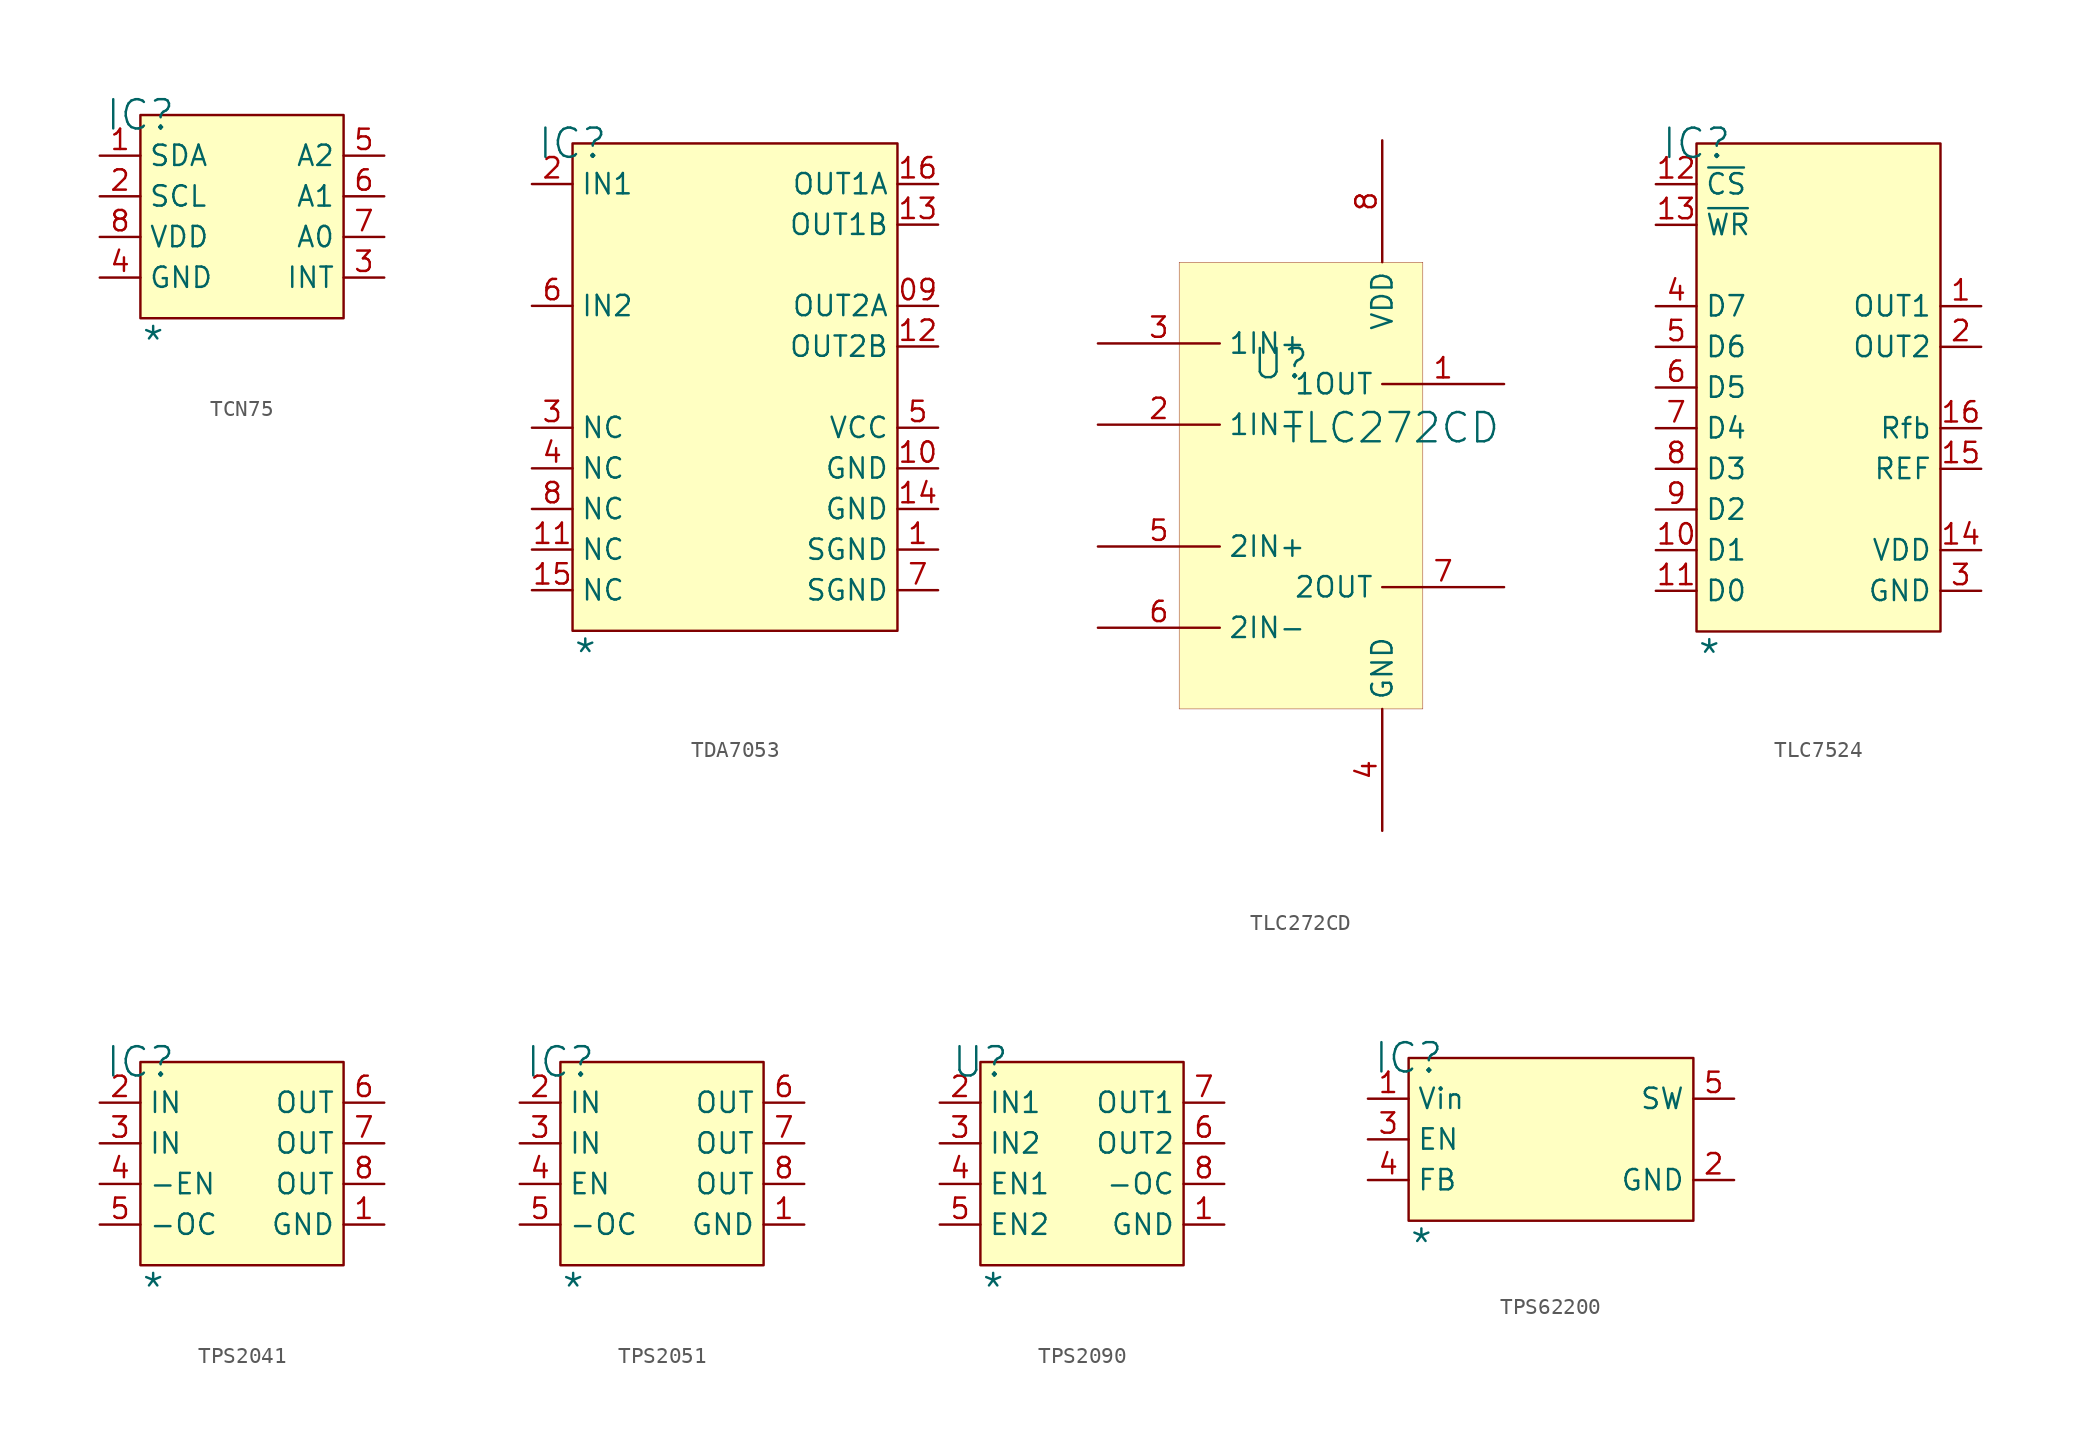
<source format=kicad_sym>
(kicad_symbol_lib
  (version 20241209)
  (generator "kicad_symbol_editor")
  (generator_version "9.0")
  (symbol "TCN75"
    (property "Reference" "IC"
      (at 0 0 0)
      (effects (font (size 1.829 1.829))))
    (property "Value" "*"
      (at 0 -15.24 0)
      (effects (font (size 1.829 1.829)) (justify left bottom)))
    (symbol "TCN75_1_0"
      (rectangle (start 12.7 0) (end 0 -12.7) (stroke (width 0) (type solid) (color 128 0 0 1)) (fill (type background)))
      (pin passive line (at -2.54 -2.54 0) (length 2.54) (name "SDA" (effects (font (size 1.27 1.27)))) (number "1" (effects (font (size 1.27 1.27)))))
      (pin passive line (at -2.54 -5.08 0) (length 2.54) (name "SCL" (effects (font (size 1.27 1.27)))) (number "2" (effects (font (size 1.27 1.27)))))
      (pin passive line (at -2.54 -7.62 0) (length 2.54) (name "VDD" (effects (font (size 1.27 1.27)))) (number "8" (effects (font (size 1.27 1.27)))))
      (pin passive line (at -2.54 -10.16 0) (length 2.54) (name "GND" (effects (font (size 1.27 1.27)))) (number "4" (effects (font (size 1.27 1.27)))))
      (pin passive line (at 15.24 -2.54 180) (length 2.54) (name "A2" (effects (font (size 1.27 1.27)))) (number "5" (effects (font (size 1.27 1.27)))))
      (pin passive line (at 15.24 -5.08 180) (length 2.54) (name "A1" (effects (font (size 1.27 1.27)))) (number "6" (effects (font (size 1.27 1.27)))))
      (pin passive line (at 15.24 -7.62 180) (length 2.54) (name "A0" (effects (font (size 1.27 1.27)))) (number "7" (effects (font (size 1.27 1.27)))))
      (pin passive line (at 15.24 -10.16 180) (length 2.54) (name "INT" (effects (font (size 1.27 1.27)))) (number "3" (effects (font (size 1.27 1.27)))))))
  (symbol "TDA7053"
    (property "Reference" "IC"
      (at 0 0 0)
      (effects (font (size 1.829 1.829))))
    (property "Value" "*"
      (at 0 -33.02 0)
      (effects (font (size 1.829 1.829)) (justify left bottom)))
    (symbol "TDA7053_1_0"
      (rectangle (start 20.32 0) (end 0 -30.48) (stroke (width 0) (type solid) (color 128 0 0 1)) (fill (type background)))
      (pin passive line (at -2.54 -2.54 0) (length 2.54) (name "IN1" (effects (font (size 1.27 1.27)))) (number "2" (effects (font (size 1.27 1.27)))))
      (pin passive line (at -2.54 -10.16 0) (length 2.54) (name "IN2" (effects (font (size 1.27 1.27)))) (number "6" (effects (font (size 1.27 1.27)))))
      (pin passive line (at -2.54 -17.78 0) (length 2.54) (name "NC" (effects (font (size 1.27 1.27)))) (number "3" (effects (font (size 1.27 1.27)))))
      (pin passive line (at -2.54 -20.32 0) (length 2.54) (name "NC" (effects (font (size 1.27 1.27)))) (number "4" (effects (font (size 1.27 1.27)))))
      (pin passive line (at -2.54 -22.86 0) (length 2.54) (name "NC" (effects (font (size 1.27 1.27)))) (number "8" (effects (font (size 1.27 1.27)))))
      (pin passive line (at -2.54 -25.4 0) (length 2.54) (name "NC" (effects (font (size 1.27 1.27)))) (number "11" (effects (font (size 1.27 1.27)))))
      (pin passive line (at -2.54 -27.94 0) (length 2.54) (name "NC" (effects (font (size 1.27 1.27)))) (number "15" (effects (font (size 1.27 1.27)))))
      (pin passive line (at 22.86 -2.54 180) (length 2.54) (name "OUT1A" (effects (font (size 1.27 1.27)))) (number "16" (effects (font (size 1.27 1.27)))))
      (pin passive line (at 22.86 -5.08 180) (length 2.54) (name "OUT1B" (effects (font (size 1.27 1.27)))) (number "13" (effects (font (size 1.27 1.27)))))
      (pin passive line (at 22.86 -10.16 180) (length 2.54) (name "OUT2A" (effects (font (size 1.27 1.27)))) (number "09" (effects (font (size 1.27 1.27)))))
      (pin passive line (at 22.86 -12.7 180) (length 2.54) (name "OUT2B" (effects (font (size 1.27 1.27)))) (number "12" (effects (font (size 1.27 1.27)))))
      (pin passive line (at 22.86 -17.78 180) (length 2.54) (name "VCC" (effects (font (size 1.27 1.27)))) (number "5" (effects (font (size 1.27 1.27)))))
      (pin passive line (at 22.86 -20.32 180) (length 2.54) (name "GND" (effects (font (size 1.27 1.27)))) (number "10" (effects (font (size 1.27 1.27)))))
      (pin passive line (at 22.86 -22.86 180) (length 2.54) (name "GND" (effects (font (size 1.27 1.27)))) (number "14" (effects (font (size 1.27 1.27)))))
      (pin passive line (at 22.86 -25.4 180) (length 2.54) (name "SGND" (effects (font (size 1.27 1.27)))) (number "1" (effects (font (size 1.27 1.27)))))
      (pin passive line (at 22.86 -27.94 180) (length 2.54) (name "SGND" (effects (font (size 1.27 1.27)))) (number "7" (effects (font (size 1.27 1.27)))))))
  (symbol "TLC272CD"
    (property "Reference" "U"
      (at -1.27 1.27 0)
      (effects (font (size 1.829 1.829))))
    (property "Value" "TLC272CD"
      (at -1.27 -3.81 0)
      (effects (font (size 1.829 1.829)) (justify left bottom)))
    (symbol "TLC272CD_1_0"
      (rectangle (start 7.62 7.62) (end -7.62 -20.32) (stroke (width 0.025) (type solid) (color 128 0 0 1)) (fill (type background)))
      (pin input line (at -12.7 2.54 0) (length 7.62) (name "1IN+" (effects (font (size 1.27 1.27)))) (number "3" (effects (font (size 1.27 1.27)))))
      (pin input line (at -12.7 -2.54 0) (length 7.62) (name "1IN-" (effects (font (size 1.27 1.27)))) (number "2" (effects (font (size 1.27 1.27)))))
      (pin input line (at -12.7 -10.16 0) (length 7.62) (name "2IN+" (effects (font (size 1.27 1.27)))) (number "5" (effects (font (size 1.27 1.27)))))
      (pin input line (at -12.7 -15.24 0) (length 7.62) (name "2IN-" (effects (font (size 1.27 1.27)))) (number "6" (effects (font (size 1.27 1.27)))))
      (pin power_in line (at 5.08 15.24 270) (length 7.62) (name "VDD" (effects (font (size 1.27 1.27)))) (number "8" (effects (font (size 1.27 1.27)))))
      (pin power_in line (at 5.08 -27.94 90) (length 7.62) (name "GND" (effects (font (size 1.27 1.27)))) (number "4" (effects (font (size 1.27 1.27)))))
      (pin output line (at 12.7 0 180) (length 7.62) (name "1OUT" (effects (font (size 1.27 1.27)))) (number "1" (effects (font (size 1.27 1.27)))))
      (pin output line (at 12.7 -12.7 180) (length 7.62) (name "2OUT" (effects (font (size 1.27 1.27)))) (number "7" (effects (font (size 1.27 1.27)))))))
  (symbol "TLC7524"
    (property "Reference" "IC"
      (at 0 0 0)
      (effects (font (size 1.829 1.829))))
    (property "Value" "*"
      (at 0 -33.02 0)
      (effects (font (size 1.829 1.829)) (justify left bottom)))
    (symbol "TLC7524_1_0"
      (rectangle (start 15.24 0) (end 0 -30.48) (stroke (width 0) (type solid) (color 128 0 0 1)) (fill (type background)))
      (pin passive line (at -2.54 -2.54 0) (length 2.54) (name "~{CS}" (effects (font (size 1.27 1.27)))) (number "12" (effects (font (size 1.27 1.27)))))
      (pin passive line (at -2.54 -5.08 0) (length 2.54) (name "~{WR}" (effects (font (size 1.27 1.27)))) (number "13" (effects (font (size 1.27 1.27)))))
      (pin passive line (at -2.54 -10.16 0) (length 2.54) (name "D7" (effects (font (size 1.27 1.27)))) (number "4" (effects (font (size 1.27 1.27)))))
      (pin passive line (at -2.54 -12.7 0) (length 2.54) (name "D6" (effects (font (size 1.27 1.27)))) (number "5" (effects (font (size 1.27 1.27)))))
      (pin passive line (at -2.54 -15.24 0) (length 2.54) (name "D5" (effects (font (size 1.27 1.27)))) (number "6" (effects (font (size 1.27 1.27)))))
      (pin passive line (at -2.54 -17.78 0) (length 2.54) (name "D4" (effects (font (size 1.27 1.27)))) (number "7" (effects (font (size 1.27 1.27)))))
      (pin passive line (at -2.54 -20.32 0) (length 2.54) (name "D3" (effects (font (size 1.27 1.27)))) (number "8" (effects (font (size 1.27 1.27)))))
      (pin passive line (at -2.54 -22.86 0) (length 2.54) (name "D2" (effects (font (size 1.27 1.27)))) (number "9" (effects (font (size 1.27 1.27)))))
      (pin passive line (at -2.54 -25.4 0) (length 2.54) (name "D1" (effects (font (size 1.27 1.27)))) (number "10" (effects (font (size 1.27 1.27)))))
      (pin passive line (at -2.54 -27.94 0) (length 2.54) (name "D0" (effects (font (size 1.27 1.27)))) (number "11" (effects (font (size 1.27 1.27)))))
      (pin passive line (at 17.78 -10.16 180) (length 2.54) (name "OUT1" (effects (font (size 1.27 1.27)))) (number "1" (effects (font (size 1.27 1.27)))))
      (pin passive line (at 17.78 -12.7 180) (length 2.54) (name "OUT2" (effects (font (size 1.27 1.27)))) (number "2" (effects (font (size 1.27 1.27)))))
      (pin passive line (at 17.78 -17.78 180) (length 2.54) (name "Rfb" (effects (font (size 1.27 1.27)))) (number "16" (effects (font (size 1.27 1.27)))))
      (pin passive line (at 17.78 -20.32 180) (length 2.54) (name "REF" (effects (font (size 1.27 1.27)))) (number "15" (effects (font (size 1.27 1.27)))))
      (pin passive line (at 17.78 -25.4 180) (length 2.54) (name "VDD" (effects (font (size 1.27 1.27)))) (number "14" (effects (font (size 1.27 1.27)))))
      (pin passive line (at 17.78 -27.94 180) (length 2.54) (name "GND" (effects (font (size 1.27 1.27)))) (number "3" (effects (font (size 1.27 1.27)))))))
  (symbol "TPS2041"
    (property "Reference" "IC"
      (at 0 0 0)
      (effects (font (size 1.829 1.829))))
    (property "Value" "*"
      (at 0 -15.24 0)
      (effects (font (size 1.829 1.829)) (justify left bottom)))
    (symbol "TPS2041_1_0"
      (rectangle (start 12.7 0) (end 0 -12.7) (stroke (width 0) (type solid) (color 128 0 0 1)) (fill (type background)))
      (pin passive line (at -2.54 -2.54 0) (length 2.54) (name "IN" (effects (font (size 1.27 1.27)))) (number "2" (effects (font (size 1.27 1.27)))))
      (pin passive line (at -2.54 -5.08 0) (length 2.54) (name "IN" (effects (font (size 1.27 1.27)))) (number "3" (effects (font (size 1.27 1.27)))))
      (pin passive line (at -2.54 -7.62 0) (length 2.54) (name "-EN" (effects (font (size 1.27 1.27)))) (number "4" (effects (font (size 1.27 1.27)))))
      (pin passive line (at -2.54 -10.16 0) (length 2.54) (name "-OC" (effects (font (size 1.27 1.27)))) (number "5" (effects (font (size 1.27 1.27)))))
      (pin passive line (at 15.24 -2.54 180) (length 2.54) (name "OUT" (effects (font (size 1.27 1.27)))) (number "6" (effects (font (size 1.27 1.27)))))
      (pin passive line (at 15.24 -5.08 180) (length 2.54) (name "OUT" (effects (font (size 1.27 1.27)))) (number "7" (effects (font (size 1.27 1.27)))))
      (pin passive line (at 15.24 -7.62 180) (length 2.54) (name "OUT" (effects (font (size 1.27 1.27)))) (number "8" (effects (font (size 1.27 1.27)))))
      (pin passive line (at 15.24 -10.16 180) (length 2.54) (name "GND" (effects (font (size 1.27 1.27)))) (number "1" (effects (font (size 1.27 1.27)))))))
  (symbol "TPS2051"
    (property "Reference" "IC"
      (at 0 0 0)
      (effects (font (size 1.829 1.829))))
    (property "Value" "*"
      (at 0 -15.24 0)
      (effects (font (size 1.829 1.829)) (justify left bottom)))
    (symbol "TPS2051_1_0"
      (rectangle (start 12.7 0) (end 0 -12.7) (stroke (width 0) (type solid) (color 128 0 0 1)) (fill (type background)))
      (pin passive line (at -2.54 -2.54 0) (length 2.54) (name "IN" (effects (font (size 1.27 1.27)))) (number "2" (effects (font (size 1.27 1.27)))))
      (pin passive line (at -2.54 -5.08 0) (length 2.54) (name "IN" (effects (font (size 1.27 1.27)))) (number "3" (effects (font (size 1.27 1.27)))))
      (pin passive line (at -2.54 -7.62 0) (length 2.54) (name "EN" (effects (font (size 1.27 1.27)))) (number "4" (effects (font (size 1.27 1.27)))))
      (pin passive line (at -2.54 -10.16 0) (length 2.54) (name "-OC" (effects (font (size 1.27 1.27)))) (number "5" (effects (font (size 1.27 1.27)))))
      (pin passive line (at 15.24 -2.54 180) (length 2.54) (name "OUT" (effects (font (size 1.27 1.27)))) (number "6" (effects (font (size 1.27 1.27)))))
      (pin passive line (at 15.24 -5.08 180) (length 2.54) (name "OUT" (effects (font (size 1.27 1.27)))) (number "7" (effects (font (size 1.27 1.27)))))
      (pin passive line (at 15.24 -7.62 180) (length 2.54) (name "OUT" (effects (font (size 1.27 1.27)))) (number "8" (effects (font (size 1.27 1.27)))))
      (pin passive line (at 15.24 -10.16 180) (length 2.54) (name "GND" (effects (font (size 1.27 1.27)))) (number "1" (effects (font (size 1.27 1.27)))))))
  (symbol "TPS2090"
    (property "Reference" "U"
      (at 0 0 0)
      (effects (font (size 1.829 1.829))))
    (property "Value" "*"
      (at 0 -15.24 0)
      (effects (font (size 1.829 1.829)) (justify left bottom)))
    (symbol "TPS2090_1_0"
      (rectangle (start 12.7 0) (end 0 -12.7) (stroke (width 0) (type solid) (color 128 0 0 1)) (fill (type background)))
      (pin passive line (at -2.54 -2.54 0) (length 2.54) (name "IN1" (effects (font (size 1.27 1.27)))) (number "2" (effects (font (size 1.27 1.27)))))
      (pin passive line (at -2.54 -5.08 0) (length 2.54) (name "IN2" (effects (font (size 1.27 1.27)))) (number "3" (effects (font (size 1.27 1.27)))))
      (pin passive line (at -2.54 -7.62 0) (length 2.54) (name "EN1" (effects (font (size 1.27 1.27)))) (number "4" (effects (font (size 1.27 1.27)))))
      (pin passive line (at -2.54 -10.16 0) (length 2.54) (name "EN2" (effects (font (size 1.27 1.27)))) (number "5" (effects (font (size 1.27 1.27)))))
      (pin passive line (at 15.24 -2.54 180) (length 2.54) (name "OUT1" (effects (font (size 1.27 1.27)))) (number "7" (effects (font (size 1.27 1.27)))))
      (pin passive line (at 15.24 -5.08 180) (length 2.54) (name "OUT2" (effects (font (size 1.27 1.27)))) (number "6" (effects (font (size 1.27 1.27)))))
      (pin passive line (at 15.24 -7.62 180) (length 2.54) (name "-OC" (effects (font (size 1.27 1.27)))) (number "8" (effects (font (size 1.27 1.27)))))
      (pin passive line (at 15.24 -10.16 180) (length 2.54) (name "GND" (effects (font (size 1.27 1.27)))) (number "1" (effects (font (size 1.27 1.27)))))))
  (symbol "TPS62200"
    (property "Reference" "IC"
      (at 0 0 0)
      (effects (font (size 1.829 1.829))))
    (property "Value" "*"
      (at 0 -12.7 0)
      (effects (font (size 1.829 1.829)) (justify left bottom)))
    (symbol "TPS62200_1_0"
      (rectangle (start 17.78 0) (end 0 -10.16) (stroke (width 0) (type solid) (color 128 0 0 1)) (fill (type background)))
      (pin passive line (at -2.54 -2.54 0) (length 2.54) (name "Vin" (effects (font (size 1.27 1.27)))) (number "1" (effects (font (size 1.27 1.27)))))
      (pin passive line (at -2.54 -5.08 0) (length 2.54) (name "EN" (effects (font (size 1.27 1.27)))) (number "3" (effects (font (size 1.27 1.27)))))
      (pin passive line (at -2.54 -7.62 0) (length 2.54) (name "FB" (effects (font (size 1.27 1.27)))) (number "4" (effects (font (size 1.27 1.27)))))
      (pin passive line (at 20.32 -2.54 180) (length 2.54) (name "SW" (effects (font (size 1.27 1.27)))) (number "5" (effects (font (size 1.27 1.27)))))
      (pin passive line (at 20.32 -7.62 180) (length 2.54) (name "GND" (effects (font (size 1.27 1.27)))) (number "2" (effects (font (size 1.27 1.27))))))))
</source>
